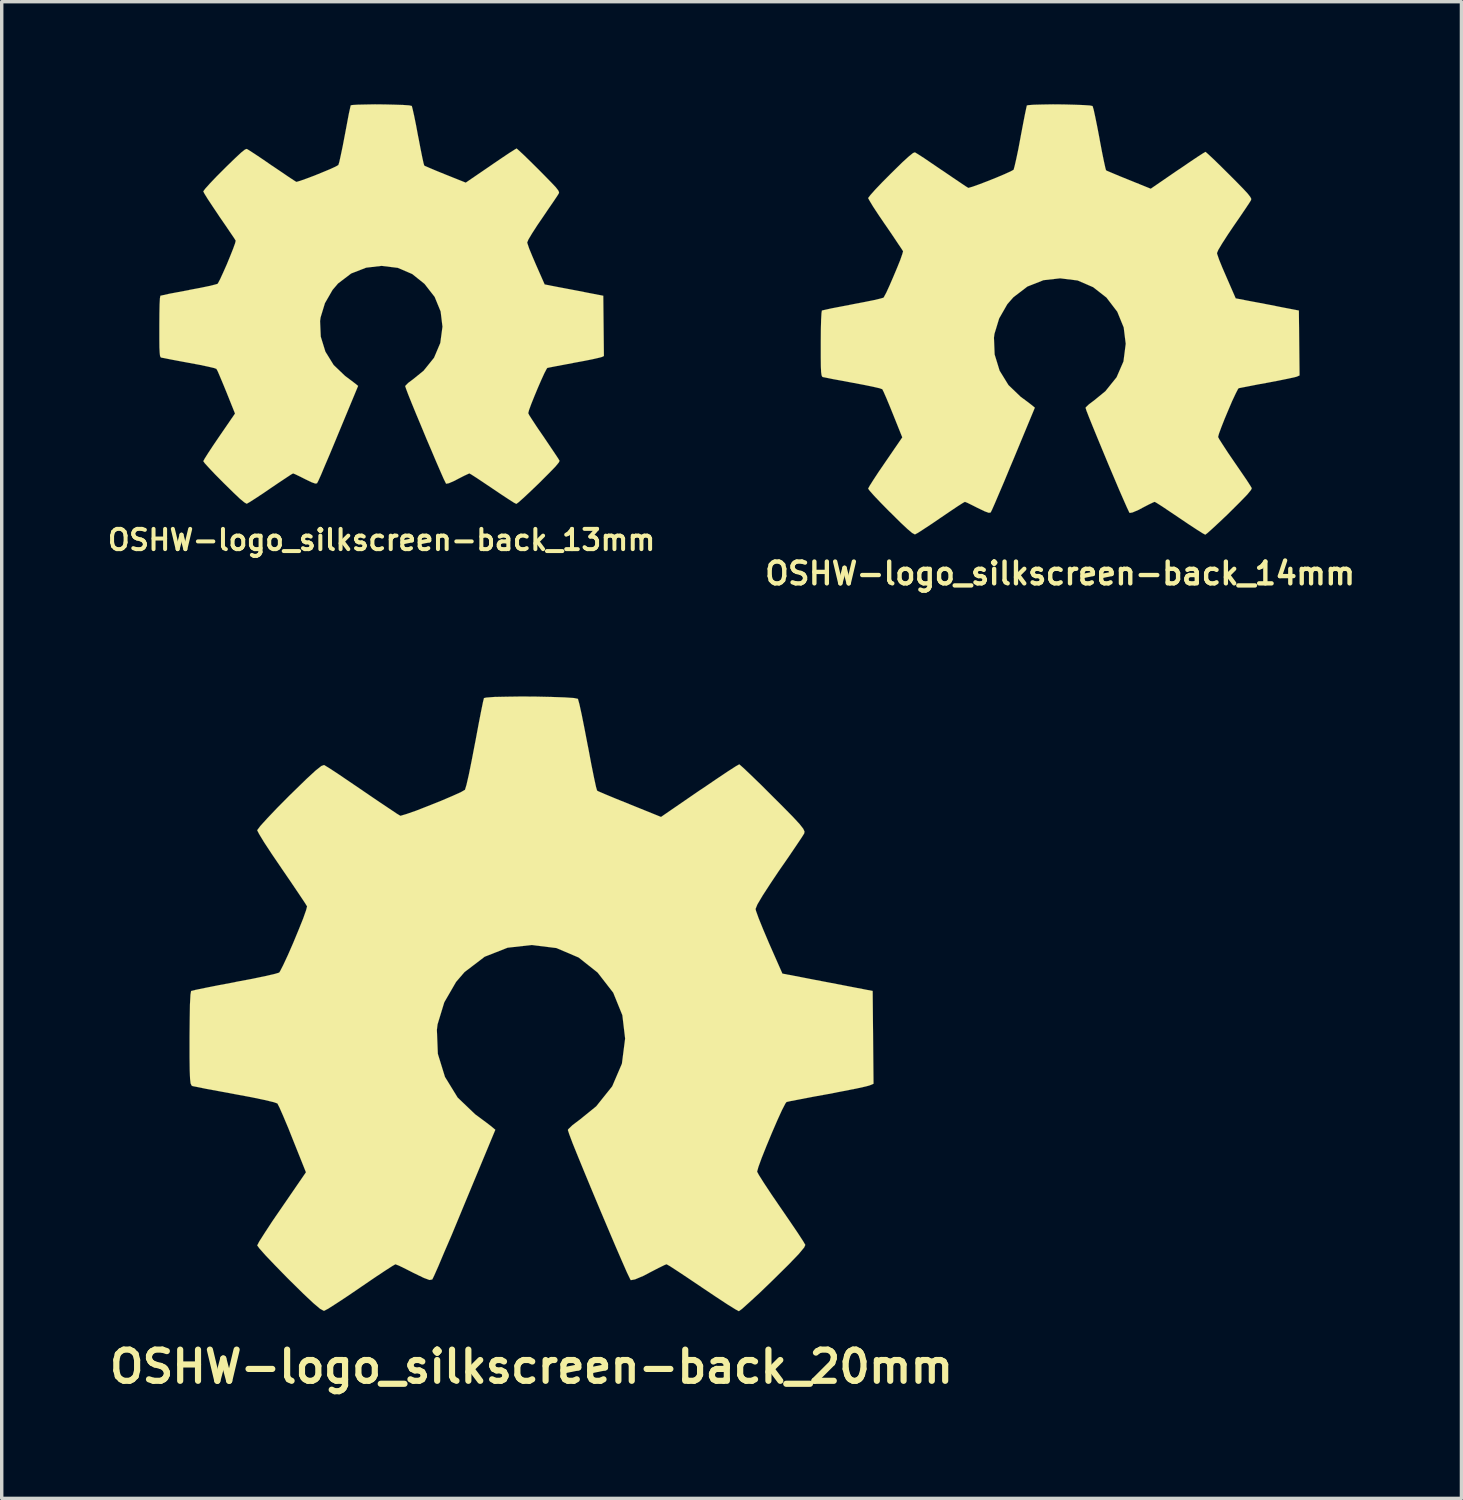
<source format=kicad_pcb>
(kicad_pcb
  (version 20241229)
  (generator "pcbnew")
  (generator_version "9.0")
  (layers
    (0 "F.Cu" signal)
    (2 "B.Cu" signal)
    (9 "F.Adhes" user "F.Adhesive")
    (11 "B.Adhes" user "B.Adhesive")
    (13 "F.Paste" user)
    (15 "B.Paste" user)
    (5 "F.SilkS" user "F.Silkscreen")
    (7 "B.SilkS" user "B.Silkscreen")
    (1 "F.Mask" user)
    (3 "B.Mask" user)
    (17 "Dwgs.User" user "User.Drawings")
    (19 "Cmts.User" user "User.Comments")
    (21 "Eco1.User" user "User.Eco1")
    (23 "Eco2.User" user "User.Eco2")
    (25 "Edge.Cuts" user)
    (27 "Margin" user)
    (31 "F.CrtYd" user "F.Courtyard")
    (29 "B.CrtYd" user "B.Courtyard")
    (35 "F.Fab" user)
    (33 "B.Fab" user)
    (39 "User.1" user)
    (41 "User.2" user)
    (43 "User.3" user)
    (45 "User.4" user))
  (footprint "OSHW-logo_silkscreen-back_13mm"
    (layer "F.Cu")
    (at 8.106 5.843)
    (property "Reference" "OSHW-logo_silkscreen-back_13mm" (at 0 6.894 0) (layer "F.SilkS") (effects (font (size 0.592 0.592) (thickness 0.117))))
    (attr through_hole)
    (fp_poly (pts (xy 3.94 5.839) (xy 3.871 5.804) (xy 3.719 5.707) (xy 3.503 5.565) (xy 3.246 5.392) (xy 2.99 5.22) (xy 2.776 5.077) (xy 2.629 4.983) (xy 2.568 4.948) (xy 2.535 4.961) (xy 2.41 5.019) (xy 2.233 5.11) (xy 2.131 5.164) (xy 1.968 5.235) (xy 1.887 5.25) (xy 1.875 5.227) (xy 1.814 5.103) (xy 1.72 4.889) (xy 1.598 4.608) (xy 1.458 4.277) (xy 1.306 3.922) (xy 1.156 3.559) (xy 1.011 3.213) (xy 0.884 2.903) (xy 0.782 2.649) (xy 0.716 2.474) (xy 0.691 2.398) (xy 0.699 2.383) (xy 0.78 2.301) (xy 0.922 2.195) (xy 1.229 1.946) (xy 1.534 1.567) (xy 1.717 1.135) (xy 1.781 0.658) (xy 1.727 0.213) (xy 1.552 -0.213) (xy 1.255 -0.594) (xy 0.897 -0.881) (xy 0.475 -1.062) (xy 0 -1.12) (xy -0.452 -1.067) (xy -0.889 -0.897) (xy -1.273 -0.605) (xy -1.433 -0.417) (xy -1.656 -0.03) (xy -1.783 0.386) (xy -1.798 0.493) (xy -1.778 0.95) (xy -1.643 1.387) (xy -1.402 1.778) (xy -1.067 2.098) (xy -1.026 2.129) (xy -0.871 2.245) (xy -0.767 2.324) (xy -0.686 2.39) (xy -1.267 3.79) (xy -1.359 4.013) (xy -1.519 4.397) (xy -1.659 4.724) (xy -1.77 4.989) (xy -1.849 5.164) (xy -1.885 5.232) (xy -1.887 5.237) (xy -1.938 5.245) (xy -2.045 5.207) (xy -2.24 5.113) (xy -2.37 5.047) (xy -2.517 4.976) (xy -2.586 4.948) (xy -2.642 4.978) (xy -2.784 5.072) (xy -2.992 5.21) (xy -3.244 5.38) (xy -3.48 5.542) (xy -3.701 5.687) (xy -3.861 5.789) (xy -3.937 5.832) (xy -3.95 5.832) (xy -4.018 5.791) (xy -4.143 5.687) (xy -4.333 5.507) (xy -4.605 5.24) (xy -4.646 5.199) (xy -4.867 4.976) (xy -5.047 4.785) (xy -5.169 4.651) (xy -5.212 4.59) (xy -5.171 4.514) (xy -5.07 4.354) (xy -4.925 4.133) (xy -4.747 3.871) (xy -4.285 3.198) (xy -4.539 2.563) (xy -4.618 2.37) (xy -4.717 2.134) (xy -4.79 1.963) (xy -4.829 1.892) (xy -4.897 1.867) (xy -5.072 1.826) (xy -5.324 1.773) (xy -5.624 1.717) (xy -5.911 1.664) (xy -6.17 1.615) (xy -6.358 1.577) (xy -6.441 1.562) (xy -6.462 1.549) (xy -6.477 1.509) (xy -6.487 1.422) (xy -6.495 1.265) (xy -6.497 1.016) (xy -6.497 0.658) (xy -6.497 0.62) (xy -6.495 0.277) (xy -6.49 0.005) (xy -6.48 -0.173) (xy -6.467 -0.244) (xy -6.467 -0.246) (xy -6.386 -0.264) (xy -6.203 -0.305) (xy -5.946 -0.353) (xy -5.636 -0.411) (xy -5.618 -0.417) (xy -5.309 -0.475) (xy -5.052 -0.528) (xy -4.872 -0.572) (xy -4.796 -0.594) (xy -4.78 -0.617) (xy -4.717 -0.737) (xy -4.63 -0.927) (xy -4.526 -1.161) (xy -4.427 -1.402) (xy -4.341 -1.618) (xy -4.282 -1.781) (xy -4.265 -1.854) (xy -4.265 -1.857) (xy -4.31 -1.93) (xy -4.417 -2.088) (xy -4.567 -2.309) (xy -4.747 -2.57) (xy -4.76 -2.591) (xy -4.935 -2.852) (xy -5.08 -3.071) (xy -5.177 -3.228) (xy -5.212 -3.297) (xy -5.21 -3.302) (xy -5.151 -3.381) (xy -5.019 -3.528) (xy -4.831 -3.726) (xy -4.602 -3.955) (xy -4.531 -4.026) (xy -4.277 -4.272) (xy -4.102 -4.435) (xy -3.993 -4.521) (xy -3.94 -4.539) (xy -3.861 -4.491) (xy -3.696 -4.384) (xy -3.472 -4.234) (xy -3.211 -4.054) (xy -3.19 -4.041) (xy -2.931 -3.866) (xy -2.715 -3.719) (xy -2.56 -3.617) (xy -2.494 -3.576) (xy -2.482 -3.576) (xy -2.377 -3.607) (xy -2.192 -3.673) (xy -1.963 -3.759) (xy -1.725 -3.856) (xy -1.506 -3.947) (xy -1.341 -4.023) (xy -1.265 -4.067) (xy -1.262 -4.072) (xy -1.234 -4.163) (xy -1.191 -4.359) (xy -1.135 -4.625) (xy -1.074 -4.945) (xy -1.064 -4.996) (xy -1.006 -5.306) (xy -0.958 -5.56) (xy -0.919 -5.738) (xy -0.902 -5.812) (xy -0.859 -5.822) (xy -0.706 -5.832) (xy -0.475 -5.837) (xy -0.196 -5.842) (xy 0.099 -5.839) (xy 0.386 -5.832) (xy 0.632 -5.824) (xy 0.808 -5.812) (xy 0.879 -5.796) (xy 0.884 -5.794) (xy 0.909 -5.697) (xy 0.953 -5.502) (xy 1.008 -5.232) (xy 1.067 -4.915) (xy 1.079 -4.859) (xy 1.138 -4.549) (xy 1.189 -4.295) (xy 1.227 -4.122) (xy 1.247 -4.054) (xy 1.273 -4.039) (xy 1.402 -3.983) (xy 1.608 -3.896) (xy 1.864 -3.792) (xy 2.461 -3.553) (xy 3.19 -4.051) (xy 3.256 -4.097) (xy 3.518 -4.275) (xy 3.734 -4.42) (xy 3.886 -4.516) (xy 3.947 -4.552) (xy 3.952 -4.549) (xy 4.023 -4.486) (xy 4.168 -4.351) (xy 4.366 -4.158) (xy 4.597 -3.929) (xy 4.765 -3.759) (xy 4.966 -3.553) (xy 5.095 -3.416) (xy 5.164 -3.327) (xy 5.189 -3.274) (xy 5.182 -3.239) (xy 5.136 -3.165) (xy 5.029 -3.005) (xy 4.877 -2.784) (xy 4.702 -2.525) (xy 4.554 -2.309) (xy 4.397 -2.065) (xy 4.293 -1.89) (xy 4.257 -1.803) (xy 4.267 -1.768) (xy 4.315 -1.626) (xy 4.404 -1.41) (xy 4.514 -1.153) (xy 4.768 -0.577) (xy 5.146 -0.503) (xy 5.375 -0.46) (xy 5.695 -0.399) (xy 6.005 -0.338) (xy 6.482 -0.246) (xy 6.5 1.516) (xy 6.426 1.549) (xy 6.355 1.567) (xy 6.177 1.608) (xy 5.923 1.659) (xy 5.624 1.714) (xy 5.37 1.763) (xy 5.113 1.811) (xy 4.928 1.847) (xy 4.846 1.864) (xy 4.826 1.892) (xy 4.76 2.017) (xy 4.671 2.212) (xy 4.567 2.451) (xy 4.465 2.697) (xy 4.374 2.924) (xy 4.31 3.099) (xy 4.288 3.188) (xy 4.323 3.256) (xy 4.42 3.406) (xy 4.562 3.622) (xy 4.737 3.876) (xy 4.91 4.133) (xy 5.057 4.351) (xy 5.161 4.508) (xy 5.204 4.58) (xy 5.182 4.628) (xy 5.08 4.752) (xy 4.887 4.95) (xy 4.602 5.235) (xy 4.554 5.281) (xy 4.326 5.499) (xy 4.135 5.677) (xy 4 5.796) (xy 3.94 5.839)) (stroke (width 0.003) (type solid)) (fill yes) (layer "F.SilkS")))
  (footprint "OSHW-logo_silkscreen-back_14mm"
    (layer "F.Cu")
    (at 27.945 6.293)
    (property "Reference" "OSHW-logo_silkscreen-back_14mm" (at 0 7.424 0) (layer "F.SilkS") (effects (font (size 0.638 0.638) (thickness 0.127))))
    (attr through_hole)
    (fp_poly (pts (xy 4.244 6.289) (xy 4.171 6.251) (xy 4.006 6.147) (xy 3.772 5.994) (xy 3.498 5.809) (xy 3.218 5.621) (xy 2.992 5.469) (xy 2.832 5.367) (xy 2.766 5.329) (xy 2.728 5.342) (xy 2.596 5.405) (xy 2.405 5.504) (xy 2.296 5.563) (xy 2.118 5.639) (xy 2.032 5.654) (xy 2.017 5.629) (xy 1.953 5.494) (xy 1.852 5.265) (xy 1.72 4.963) (xy 1.57 4.608) (xy 1.407 4.224) (xy 1.245 3.833) (xy 1.09 3.459) (xy 0.953 3.124) (xy 0.843 2.852) (xy 0.77 2.664) (xy 0.744 2.581) (xy 0.752 2.565) (xy 0.841 2.479) (xy 0.993 2.365) (xy 1.323 2.095) (xy 1.651 1.687) (xy 1.852 1.224) (xy 1.918 0.709) (xy 1.859 0.231) (xy 1.671 -0.229) (xy 1.354 -0.643) (xy 0.965 -0.947) (xy 0.511 -1.143) (xy 0 -1.206) (xy -0.488 -1.151) (xy -0.958 -0.965) (xy -1.369 -0.65) (xy -1.544 -0.45) (xy -1.783 -0.033) (xy -1.92 0.417) (xy -1.935 0.531) (xy -1.915 1.021) (xy -1.77 1.494) (xy -1.511 1.915) (xy -1.151 2.261) (xy -1.105 2.294) (xy -0.937 2.418) (xy -0.826 2.504) (xy -0.739 2.576) (xy -1.364 4.082) (xy -1.466 4.323) (xy -1.636 4.735) (xy -1.788 5.09) (xy -1.908 5.372) (xy -1.991 5.56) (xy -2.029 5.636) (xy -2.032 5.641) (xy -2.088 5.649) (xy -2.202 5.608) (xy -2.413 5.507) (xy -2.553 5.436) (xy -2.713 5.357) (xy -2.784 5.329) (xy -2.845 5.362) (xy -3 5.461) (xy -3.223 5.611) (xy -3.493 5.794) (xy -3.749 5.969) (xy -3.985 6.124) (xy -4.158 6.236) (xy -4.239 6.279) (xy -4.252 6.279) (xy -4.328 6.238) (xy -4.463 6.124) (xy -4.669 5.931) (xy -4.958 5.644) (xy -5.004 5.601) (xy -5.243 5.357) (xy -5.436 5.154) (xy -5.565 5.009) (xy -5.613 4.943) (xy -5.57 4.862) (xy -5.461 4.689) (xy -5.304 4.45) (xy -5.113 4.171) (xy -4.615 3.444) (xy -4.889 2.761) (xy -4.973 2.553) (xy -5.08 2.296) (xy -5.159 2.116) (xy -5.199 2.037) (xy -5.276 2.009) (xy -5.461 1.966) (xy -5.733 1.91) (xy -6.058 1.849) (xy -6.365 1.791) (xy -6.645 1.74) (xy -6.845 1.699) (xy -6.937 1.681) (xy -6.957 1.669) (xy -6.975 1.626) (xy -6.988 1.532) (xy -6.995 1.361) (xy -6.998 1.095) (xy -6.998 0.709) (xy -6.998 0.668) (xy -6.995 0.297) (xy -6.988 0.005) (xy -6.977 -0.188) (xy -6.965 -0.264) (xy -6.878 -0.284) (xy -6.68 -0.328) (xy -6.403 -0.381) (xy -6.071 -0.445) (xy -6.05 -0.45) (xy -5.718 -0.513) (xy -5.441 -0.569) (xy -5.248 -0.615) (xy -5.164 -0.64) (xy -5.149 -0.663) (xy -5.08 -0.792) (xy -4.986 -0.998) (xy -4.877 -1.25) (xy -4.768 -1.509) (xy -4.674 -1.742) (xy -4.613 -1.918) (xy -4.592 -1.996) (xy -4.592 -1.999) (xy -4.643 -2.078) (xy -4.757 -2.248) (xy -4.917 -2.487) (xy -5.11 -2.769) (xy -5.126 -2.791) (xy -5.316 -3.071) (xy -5.471 -3.307) (xy -5.573 -3.477) (xy -5.613 -3.551) (xy -5.611 -3.556) (xy -5.547 -3.64) (xy -5.405 -3.8) (xy -5.202 -4.013) (xy -4.956 -4.26) (xy -4.879 -4.336) (xy -4.608 -4.602) (xy -4.417 -4.775) (xy -4.3 -4.869) (xy -4.244 -4.889) (xy -4.242 -4.887) (xy -4.158 -4.836) (xy -3.98 -4.722) (xy -3.741 -4.559) (xy -3.457 -4.366) (xy -3.437 -4.354) (xy -3.157 -4.163) (xy -2.924 -4.006) (xy -2.758 -3.894) (xy -2.687 -3.851) (xy -2.675 -3.851) (xy -2.56 -3.884) (xy -2.362 -3.955) (xy -2.116 -4.049) (xy -1.857 -4.153) (xy -1.623 -4.252) (xy -1.445 -4.333) (xy -1.361 -4.379) (xy -1.359 -4.384) (xy -1.331 -4.486) (xy -1.283 -4.694) (xy -1.222 -4.983) (xy -1.158 -5.324) (xy -1.148 -5.38) (xy -1.085 -5.712) (xy -1.031 -5.989) (xy -0.991 -6.18) (xy -0.973 -6.259) (xy -0.925 -6.269) (xy -0.762 -6.281) (xy -0.513 -6.287) (xy -0.211 -6.292) (xy 0.107 -6.289) (xy 0.417 -6.281) (xy 0.681 -6.271) (xy 0.869 -6.259) (xy 0.947 -6.243) (xy 0.95 -6.238) (xy 0.98 -6.137) (xy 1.026 -5.926) (xy 1.085 -5.636) (xy 1.151 -5.293) (xy 1.161 -5.232) (xy 1.224 -4.9) (xy 1.28 -4.625) (xy 1.321 -4.44) (xy 1.341 -4.366) (xy 1.372 -4.348) (xy 1.509 -4.29) (xy 1.732 -4.196) (xy 2.009 -4.084) (xy 2.649 -3.825) (xy 3.434 -4.364) (xy 3.508 -4.412) (xy 3.79 -4.605) (xy 4.021 -4.76) (xy 4.183 -4.864) (xy 4.249 -4.902) (xy 4.255 -4.9) (xy 4.333 -4.831) (xy 4.491 -4.684) (xy 4.702 -4.478) (xy 4.95 -4.232) (xy 5.133 -4.049) (xy 5.349 -3.828) (xy 5.486 -3.68) (xy 5.56 -3.584) (xy 5.588 -3.528) (xy 5.58 -3.49) (xy 5.53 -3.409) (xy 5.415 -3.236) (xy 5.253 -2.997) (xy 5.062 -2.72) (xy 4.905 -2.487) (xy 4.735 -2.223) (xy 4.623 -2.035) (xy 4.585 -1.943) (xy 4.595 -1.905) (xy 4.648 -1.75) (xy 4.742 -1.519) (xy 4.862 -1.242) (xy 5.133 -0.62) (xy 5.542 -0.541) (xy 5.789 -0.495) (xy 6.134 -0.429) (xy 6.464 -0.363) (xy 6.98 -0.264) (xy 7 1.633) (xy 6.919 1.669) (xy 6.843 1.689) (xy 6.652 1.73) (xy 6.378 1.786) (xy 6.058 1.847) (xy 5.781 1.897) (xy 5.507 1.951) (xy 5.309 1.989) (xy 5.22 2.007) (xy 5.197 2.037) (xy 5.128 2.172) (xy 5.029 2.383) (xy 4.92 2.639) (xy 4.808 2.906) (xy 4.712 3.15) (xy 4.643 3.338) (xy 4.618 3.434) (xy 4.656 3.505) (xy 4.76 3.668) (xy 4.912 3.901) (xy 5.1 4.176) (xy 5.288 4.45) (xy 5.448 4.684) (xy 5.558 4.854) (xy 5.603 4.93) (xy 5.58 4.983) (xy 5.471 5.116) (xy 5.263 5.331) (xy 4.956 5.636) (xy 4.905 5.687) (xy 4.658 5.921) (xy 4.453 6.111) (xy 4.308 6.241) (xy 4.244 6.289)) (stroke (width 0.003) (type solid)) (fill yes) (layer "F.SilkS")))
  (footprint "OSHW-logo_silkscreen-back_20mm"
    (layer "F.Cu")
    (at 12.489 26.301)
    (property "Reference" "OSHW-logo_silkscreen-back_20mm" (at 0 10.607 0) (layer "F.SilkS") (effects (font (size 0.912 0.912) (thickness 0.18))))
    (attr through_hole)
    (fp_poly (pts (xy 6.063 8.984) (xy 5.959 8.928) (xy 5.723 8.781) (xy 5.39 8.562) (xy 4.996 8.298) (xy 4.6 8.031) (xy 4.272 7.813) (xy 4.046 7.666) (xy 3.95 7.612) (xy 3.899 7.63) (xy 3.711 7.722) (xy 3.437 7.864) (xy 3.279 7.948) (xy 3.028 8.054) (xy 2.903 8.077) (xy 2.883 8.042) (xy 2.791 7.851) (xy 2.647 7.523) (xy 2.459 7.089) (xy 2.243 6.581) (xy 2.012 6.035) (xy 1.778 5.476) (xy 1.557 4.943) (xy 1.361 4.465) (xy 1.204 4.077) (xy 1.102 3.805) (xy 1.064 3.688) (xy 1.074 3.665) (xy 1.201 3.543) (xy 1.42 3.378) (xy 1.892 2.995) (xy 2.36 2.41) (xy 2.644 1.748) (xy 2.738 1.013) (xy 2.657 0.33) (xy 2.39 -0.328) (xy 1.933 -0.917) (xy 1.379 -1.356) (xy 0.729 -1.633) (xy 0.003 -1.722) (xy -0.699 -1.643) (xy -1.369 -1.379) (xy -1.958 -0.93) (xy -2.205 -0.643) (xy -2.55 -0.046) (xy -2.746 0.597) (xy -2.766 0.759) (xy -2.738 1.46) (xy -2.53 2.134) (xy -2.159 2.738) (xy -1.643 3.231) (xy -1.58 3.277) (xy -1.341 3.454) (xy -1.181 3.576) (xy -1.057 3.68) (xy -1.951 5.832) (xy -2.093 6.175) (xy -2.337 6.764) (xy -2.555 7.269) (xy -2.725 7.673) (xy -2.845 7.943) (xy -2.898 8.052) (xy -2.903 8.057) (xy -2.982 8.072) (xy -3.147 8.011) (xy -3.447 7.866) (xy -3.645 7.765) (xy -3.873 7.653) (xy -3.978 7.612) (xy -4.064 7.661) (xy -4.285 7.803) (xy -4.605 8.016) (xy -4.989 8.278) (xy -5.354 8.527) (xy -5.692 8.75) (xy -5.939 8.908) (xy -6.058 8.971) (xy -6.076 8.971) (xy -6.182 8.913) (xy -6.375 8.75) (xy -6.67 8.473) (xy -7.084 8.065) (xy -7.148 8.001) (xy -7.488 7.653) (xy -7.765 7.363) (xy -7.95 7.155) (xy -8.019 7.061) (xy -7.958 6.944) (xy -7.803 6.701) (xy -7.579 6.358) (xy -7.305 5.959) (xy -6.594 4.923) (xy -6.985 3.945) (xy -7.104 3.645) (xy -7.257 3.282) (xy -7.371 3.023) (xy -7.429 2.911) (xy -7.536 2.873) (xy -7.803 2.809) (xy -8.191 2.728) (xy -8.654 2.642) (xy -9.093 2.56) (xy -9.492 2.487) (xy -9.779 2.428) (xy -9.909 2.403) (xy -9.939 2.385) (xy -9.967 2.322) (xy -9.982 2.187) (xy -9.992 1.946) (xy -9.997 1.565) (xy -9.997 1.013) (xy -9.997 0.953) (xy -9.992 0.427) (xy -9.985 0.008) (xy -9.97 -0.269) (xy -9.952 -0.376) (xy -9.949 -0.378) (xy -9.825 -0.409) (xy -9.545 -0.467) (xy -9.147 -0.546) (xy -8.672 -0.635) (xy -8.644 -0.643) (xy -8.169 -0.732) (xy -7.772 -0.815) (xy -7.496 -0.879) (xy -7.379 -0.914) (xy -7.353 -0.95) (xy -7.259 -1.133) (xy -7.122 -1.427) (xy -6.965 -1.786) (xy -6.812 -2.156) (xy -6.678 -2.489) (xy -6.589 -2.741) (xy -6.561 -2.852) (xy -6.563 -2.855) (xy -6.634 -2.969) (xy -6.797 -3.213) (xy -7.026 -3.553) (xy -7.303 -3.957) (xy -7.323 -3.988) (xy -7.595 -4.387) (xy -7.816 -4.724) (xy -7.963 -4.966) (xy -8.019 -5.075) (xy -8.016 -5.083) (xy -7.927 -5.202) (xy -7.722 -5.428) (xy -7.432 -5.733) (xy -7.082 -6.086) (xy -6.97 -6.195) (xy -6.581 -6.574) (xy -6.312 -6.822) (xy -6.144 -6.955) (xy -6.063 -6.985) (xy -6.06 -6.982) (xy -5.939 -6.909) (xy -5.687 -6.746) (xy -5.344 -6.513) (xy -4.938 -6.238) (xy -4.91 -6.218) (xy -4.511 -5.946) (xy -4.178 -5.723) (xy -3.942 -5.565) (xy -3.838 -5.502) (xy -3.82 -5.502) (xy -3.658 -5.55) (xy -3.373 -5.649) (xy -3.023 -5.786) (xy -2.654 -5.933) (xy -2.319 -6.076) (xy -2.065 -6.19) (xy -1.946 -6.259) (xy -1.943 -6.264) (xy -1.9 -6.406) (xy -1.831 -6.706) (xy -1.748 -7.117) (xy -1.654 -7.607) (xy -1.638 -7.686) (xy -1.549 -8.164) (xy -1.473 -8.555) (xy -1.417 -8.829) (xy -1.389 -8.941) (xy -1.323 -8.956) (xy -1.087 -8.974) (xy -0.732 -8.981) (xy -0.302 -8.987) (xy 0.152 -8.984) (xy 0.594 -8.974) (xy 0.973 -8.961) (xy 1.242 -8.943) (xy 1.354 -8.92) (xy 1.359 -8.913) (xy 1.4 -8.766) (xy 1.466 -8.466) (xy 1.549 -8.052) (xy 1.643 -7.562) (xy 1.661 -7.475) (xy 1.75 -7) (xy 1.829 -6.609) (xy 1.887 -6.342) (xy 1.918 -6.236) (xy 1.961 -6.213) (xy 2.156 -6.129) (xy 2.474 -5.997) (xy 2.87 -5.837) (xy 3.787 -5.466) (xy 4.907 -6.236) (xy 5.011 -6.304) (xy 5.415 -6.579) (xy 5.745 -6.8) (xy 5.977 -6.949) (xy 6.073 -7.003) (xy 6.081 -7) (xy 6.193 -6.901) (xy 6.413 -6.693) (xy 6.718 -6.398) (xy 7.071 -6.045) (xy 7.333 -5.784) (xy 7.643 -5.469) (xy 7.838 -5.258) (xy 7.945 -5.121) (xy 7.983 -5.039) (xy 7.973 -4.983) (xy 7.902 -4.869) (xy 7.737 -4.623) (xy 7.506 -4.282) (xy 7.231 -3.886) (xy 7.008 -3.553) (xy 6.764 -3.178) (xy 6.604 -2.908) (xy 6.551 -2.776) (xy 6.563 -2.723) (xy 6.642 -2.502) (xy 6.777 -2.169) (xy 6.944 -1.775) (xy 7.336 -0.886) (xy 7.917 -0.775) (xy 8.27 -0.706) (xy 8.763 -0.612) (xy 9.235 -0.521) (xy 9.975 -0.378) (xy 10 2.334) (xy 9.886 2.383) (xy 9.776 2.413) (xy 9.502 2.474) (xy 9.114 2.55) (xy 8.654 2.639) (xy 8.26 2.71) (xy 7.866 2.786) (xy 7.582 2.84) (xy 7.457 2.868) (xy 7.424 2.911) (xy 7.325 3.101) (xy 7.186 3.406) (xy 7.028 3.772) (xy 6.871 4.15) (xy 6.731 4.501) (xy 6.634 4.768) (xy 6.596 4.905) (xy 6.652 5.009) (xy 6.8 5.243) (xy 7.018 5.573) (xy 7.287 5.966) (xy 7.556 6.358) (xy 7.783 6.693) (xy 7.94 6.934) (xy 8.006 7.046) (xy 7.973 7.12) (xy 7.816 7.31) (xy 7.521 7.617) (xy 7.079 8.054) (xy 7.008 8.123) (xy 6.657 8.461) (xy 6.36 8.733) (xy 6.154 8.918) (xy 6.063 8.984)) (stroke (width 0.003) (type solid)) (fill yes) (layer "F.SilkS")))
  (gr_rect
    (start -3 -3)
    (end 39.678 40.758)
    (stroke (width 0.1) (type default))
    (fill no)
    (layer "Edge.Cuts")))
</source>
